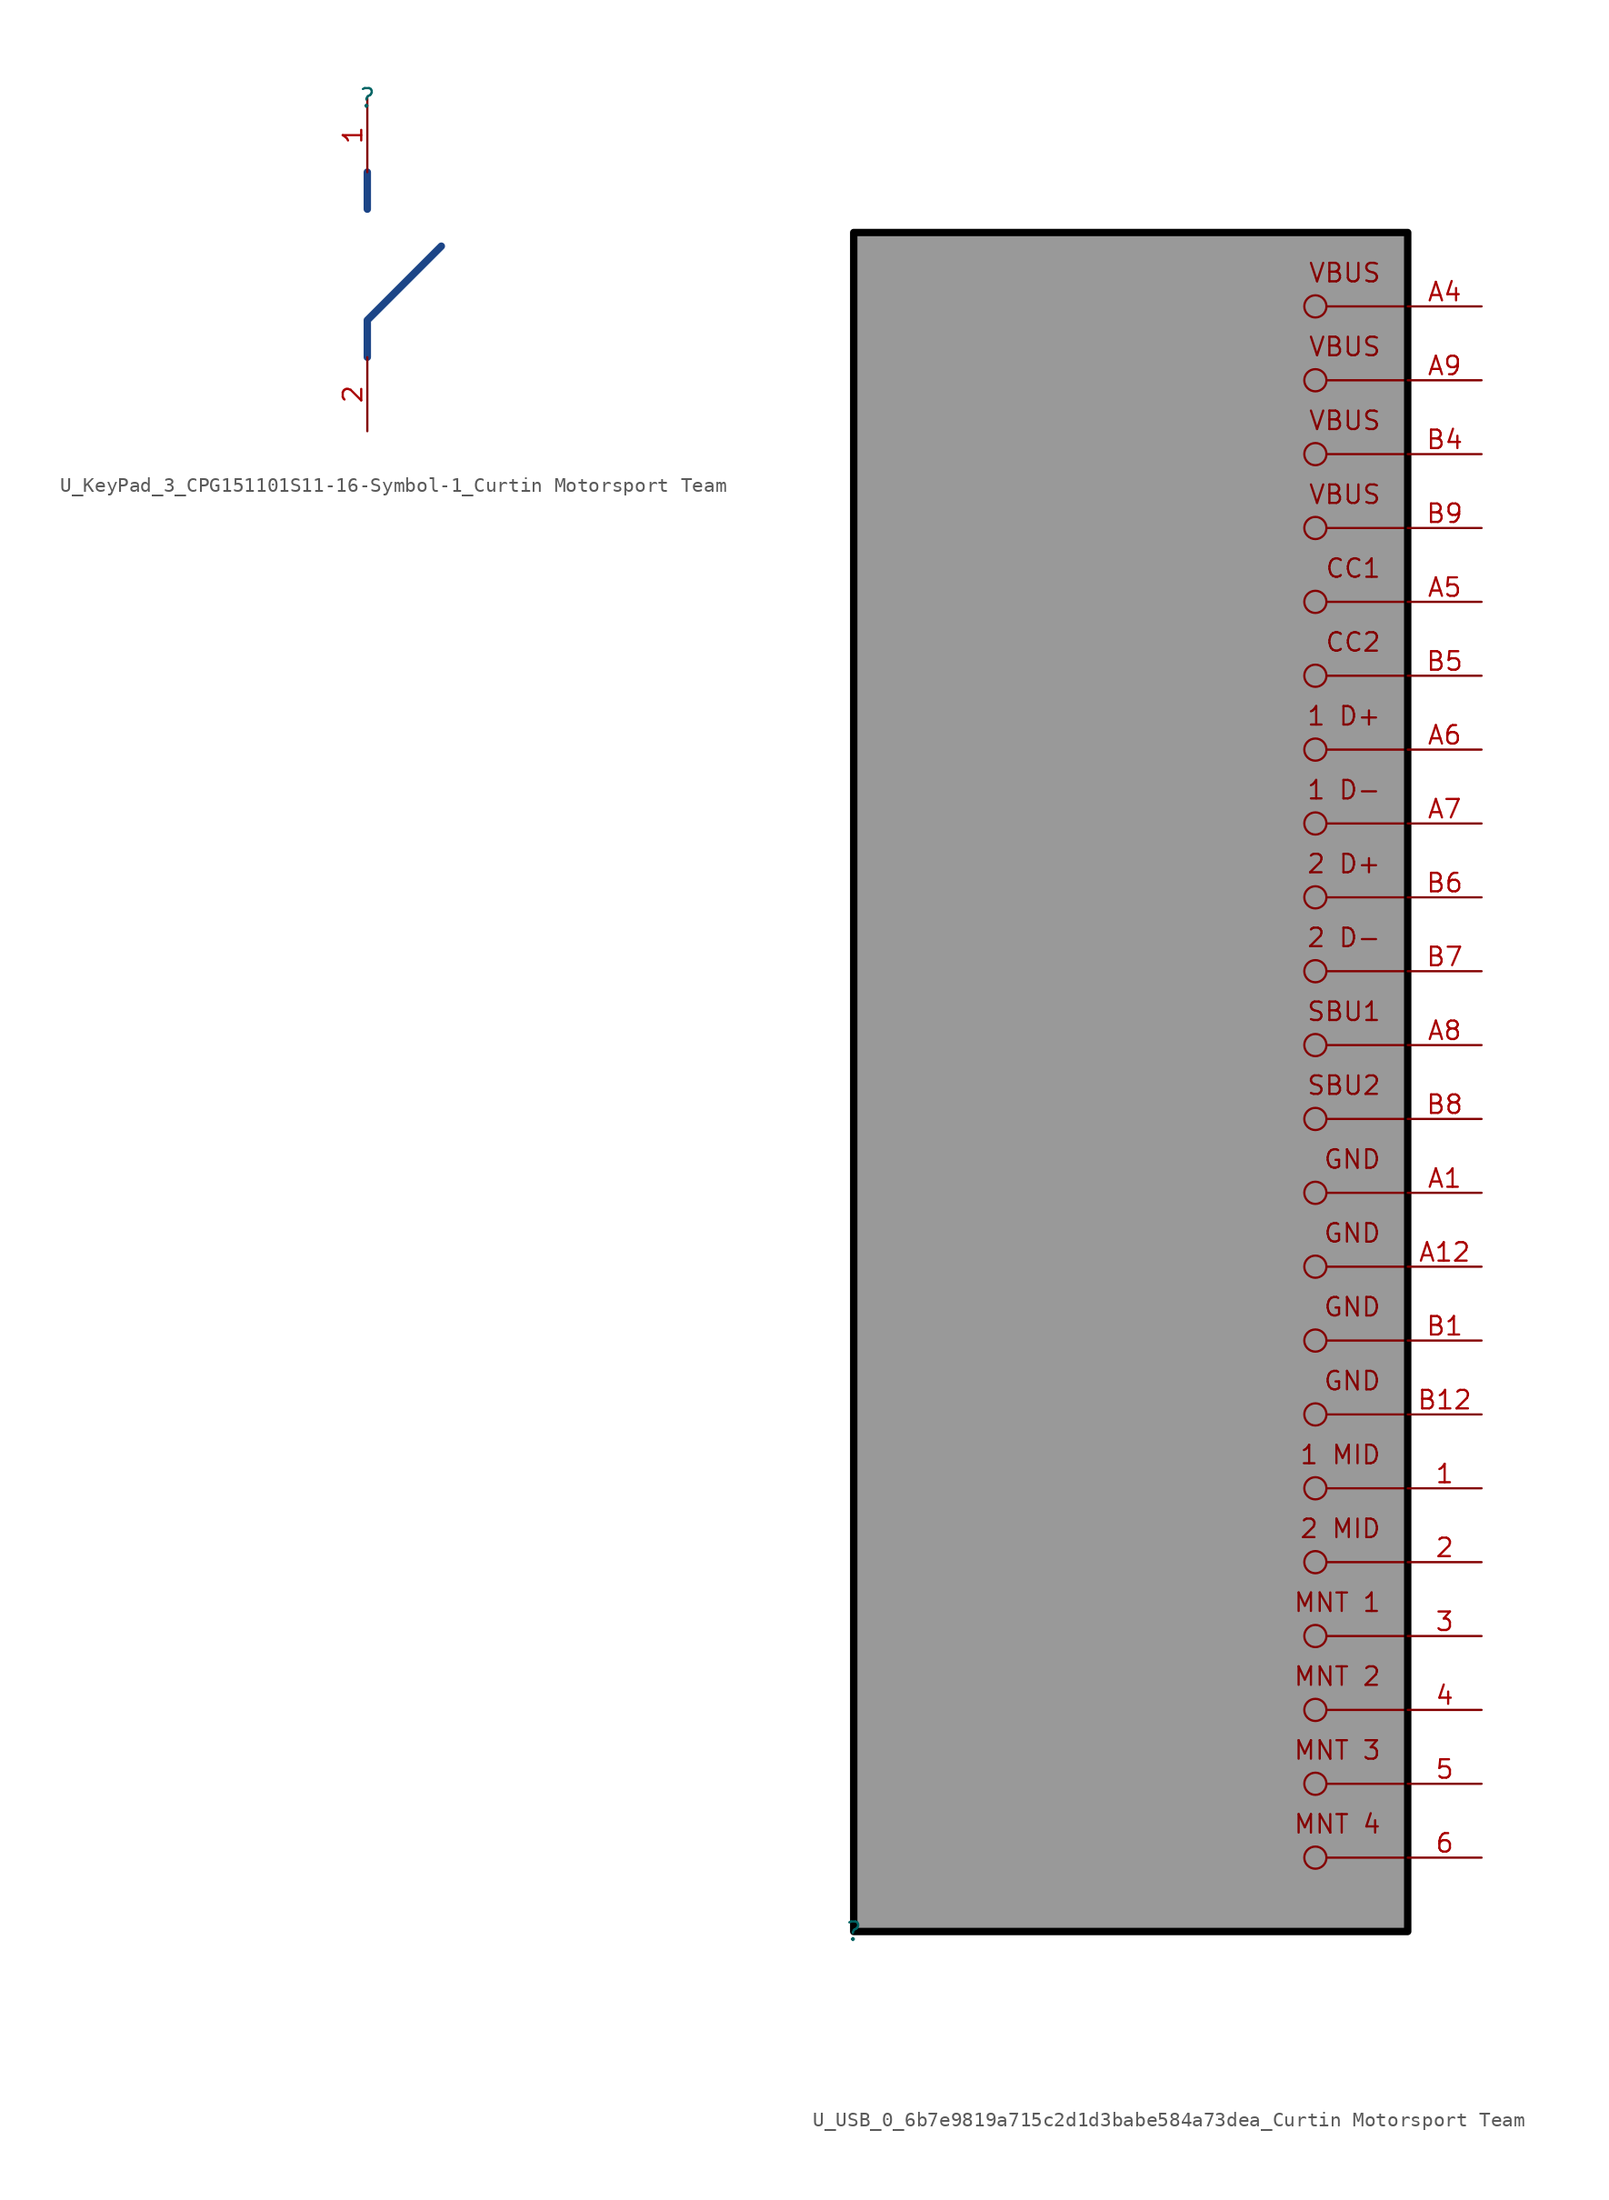
<source format=kicad_sym>
(kicad_symbol_lib
  (version 20241209)
  (generator "kicad_symbol_editor")
  (generator_version "9.0")
  (symbol "U_KeyPad_3_CPG151101S11-16-Symbol-1_Curtin Motorsport Team"
    (pin_names
      (hide yes))
    (property "Reference" ""
      (at 0 0 0)
      (effects (font (size 1.27 1.27))))
    (property "Value" ""
      (at 0 0 0)
      (effects (font (size 1.27 1.27))))
    (symbol "U_KeyPad_3_CPG151101S11-16-Symbol-1_Curtin Motorsport Team_1_0"
      (polyline (pts (xy 0 -5.08) (xy 0 -7.62)) (stroke (width 0.508) (type solid) (color 28 69 135 1)) (fill (type none)))
      (polyline (pts (xy 0 -17.78) (xy 0 -15.24) (xy 5.08 -10.16)) (stroke (width 0.508) (type solid) (color 28 69 135 1)) (fill (type none)))
      (pin passive line (at 0 0 270) (length 5.08) (name "1" (effects (font (size 1.27 1.27)))) (number "1" (effects (font (size 1.27 1.27)))))
      (pin passive line (at 0 -22.86 90) (length 5.08) (name "2" (effects (font (size 1.27 1.27)))) (number "2" (effects (font (size 1.27 1.27)))))))
  (symbol "U_USB_0_6b7e9819a715c2d1d3babe584a73dea_Curtin Motorsport Team"
    (pin_names
      (hide yes))
    (property "Reference" ""
      (at 0 0 0)
      (effects (font (size 1.27 1.27))))
    (property "Value" ""
      (at 0 0 0)
      (effects (font (size 1.27 1.27))))
    (symbol "U_USB_0_6b7e9819a715c2d1d3babe584a73dea_Curtin Motorsport Team_1_0"
      (circle (center 31.75 111.76) (radius 0.762) (stroke (width 0) (type solid)) (fill (type none)))
      (circle (center 31.75 106.68) (radius 0.762) (stroke (width 0) (type solid)) (fill (type none)))
      (circle (center 31.75 101.6) (radius 0.762) (stroke (width 0) (type solid)) (fill (type none)))
      (circle (center 31.75 96.52) (radius 0.762) (stroke (width 0) (type solid)) (fill (type none)))
      (circle (center 31.75 91.44) (radius 0.762) (stroke (width 0) (type solid)) (fill (type none)))
      (circle (center 31.75 86.36) (radius 0.762) (stroke (width 0) (type solid)) (fill (type none)))
      (circle (center 31.75 81.28) (radius 0.762) (stroke (width 0) (type solid)) (fill (type none)))
      (circle (center 31.75 76.2) (radius 0.762) (stroke (width 0) (type solid)) (fill (type none)))
      (circle (center 31.75 71.12) (radius 0.762) (stroke (width 0) (type solid)) (fill (type none)))
      (circle (center 31.75 66.04) (radius 0.762) (stroke (width 0) (type solid)) (fill (type none)))
      (circle (center 31.75 60.96) (radius 0.762) (stroke (width 0) (type solid)) (fill (type none)))
      (circle (center 31.75 55.88) (radius 0.762) (stroke (width 0) (type solid)) (fill (type none)))
      (circle (center 31.75 50.8) (radius 0.762) (stroke (width 0) (type solid)) (fill (type none)))
      (circle (center 31.75 45.72) (radius 0.762) (stroke (width 0) (type solid)) (fill (type none)))
      (circle (center 31.75 40.64) (radius 0.762) (stroke (width 0) (type solid)) (fill (type none)))
      (circle (center 31.75 35.56) (radius 0.762) (stroke (width 0) (type solid)) (fill (type none)))
      (circle (center 31.75 30.48) (radius 0.762) (stroke (width 0) (type solid)) (fill (type none)))
      (circle (center 31.75 25.4) (radius 0.762) (stroke (width 0) (type solid)) (fill (type none)))
      (circle (center 31.75 20.32) (radius 0.762) (stroke (width 0) (type solid)) (fill (type none)))
      (circle (center 31.75 15.24) (radius 0.762) (stroke (width 0) (type solid)) (fill (type none)))
      (circle (center 31.75 10.16) (radius 0.762) (stroke (width 0) (type solid)) (fill (type none)))
      (circle (center 31.75 5.08) (radius 0.762) (stroke (width 0) (type solid)) (fill (type none)))
      (polyline (pts (xy 32.512 111.76) (xy 38.1 111.76)) (stroke (width 0) (type solid)) (fill (type none)))
      (polyline (pts (xy 32.512 106.68) (xy 38.1 106.68)) (stroke (width 0) (type solid)) (fill (type none)))
      (polyline (pts (xy 32.512 101.6) (xy 38.1 101.6)) (stroke (width 0) (type solid)) (fill (type none)))
      (polyline (pts (xy 32.512 96.52) (xy 38.1 96.52)) (stroke (width 0) (type solid)) (fill (type none)))
      (polyline (pts (xy 32.512 91.44) (xy 38.1 91.44)) (stroke (width 0) (type solid)) (fill (type none)))
      (polyline (pts (xy 32.512 86.36) (xy 38.1 86.36)) (stroke (width 0) (type solid)) (fill (type none)))
      (polyline (pts (xy 32.512 81.28) (xy 38.1 81.28)) (stroke (width 0) (type solid)) (fill (type none)))
      (polyline (pts (xy 32.512 76.2) (xy 38.1 76.2)) (stroke (width 0) (type solid)) (fill (type none)))
      (polyline (pts (xy 32.512 71.12) (xy 38.1 71.12)) (stroke (width 0) (type solid)) (fill (type none)))
      (polyline (pts (xy 32.512 66.04) (xy 38.1 66.04)) (stroke (width 0) (type solid)) (fill (type none)))
      (polyline (pts (xy 32.512 60.96) (xy 38.1 60.96)) (stroke (width 0) (type solid)) (fill (type none)))
      (polyline (pts (xy 32.512 55.88) (xy 38.1 55.88)) (stroke (width 0) (type solid)) (fill (type none)))
      (polyline (pts (xy 32.512 50.8) (xy 38.1 50.8)) (stroke (width 0) (type solid)) (fill (type none)))
      (polyline (pts (xy 32.512 45.72) (xy 38.1 45.72)) (stroke (width 0) (type solid)) (fill (type none)))
      (polyline (pts (xy 32.512 40.64) (xy 38.1 40.64)) (stroke (width 0) (type solid)) (fill (type none)))
      (polyline (pts (xy 32.512 35.56) (xy 38.1 35.56)) (stroke (width 0) (type solid)) (fill (type none)))
      (polyline (pts (xy 32.512 30.48) (xy 38.1 30.48)) (stroke (width 0) (type solid)) (fill (type none)))
      (polyline (pts (xy 32.512 25.4) (xy 38.1 25.4)) (stroke (width 0) (type solid)) (fill (type none)))
      (polyline (pts (xy 32.512 20.32) (xy 38.1 20.32)) (stroke (width 0) (type solid)) (fill (type none)))
      (polyline (pts (xy 32.512 15.24) (xy 38.1 15.24)) (stroke (width 0) (type solid)) (fill (type none)))
      (polyline (pts (xy 32.512 10.16) (xy 38.1 10.16)) (stroke (width 0) (type solid)) (fill (type none)))
      (polyline (pts (xy 32.512 5.08) (xy 38.1 5.08)) (stroke (width 0) (type solid)) (fill (type none)))
      (rectangle (start 38.1 116.84) (end 0 0) (stroke (width 0.508) (type solid) (color 0 0 0 1)) (fill (type color) (color 153 153 153 1)))
      (text "VBUS" (at 36.322 114.808 0) (effects (font (size 1.27 1.27)) (justify right top)))
      (text "VBUS" (at 36.322 109.728 0) (effects (font (size 1.27 1.27)) (justify right top)))
      (text "VBUS" (at 36.322 104.648 0) (effects (font (size 1.27 1.27)) (justify right top)))
      (text "VBUS" (at 36.322 99.568 0) (effects (font (size 1.27 1.27)) (justify right top)))
      (text "CC1" (at 36.322 94.488 0) (effects (font (size 1.27 1.27)) (justify right top)))
      (text "CC2" (at 36.322 89.408 0) (effects (font (size 1.27 1.27)) (justify right top)))
      (text "1 D+" (at 36.322 84.328 0) (effects (font (size 1.27 1.27)) (justify right top)))
      (text "1 D-" (at 36.322 79.248 0) (effects (font (size 1.27 1.27)) (justify right top)))
      (text "2 D+" (at 36.322 74.168 0) (effects (font (size 1.27 1.27)) (justify right top)))
      (text "2 D-" (at 36.322 69.088 0) (effects (font (size 1.27 1.27)) (justify right top)))
      (text "SBU1" (at 36.322 64.008 0) (effects (font (size 1.27 1.27)) (justify right top)))
      (text "SBU2" (at 36.322 58.928 0) (effects (font (size 1.27 1.27)) (justify right top)))
      (text "GND" (at 36.322 53.848 0) (effects (font (size 1.27 1.27)) (justify right top)))
      (text "GND" (at 36.322 48.768 0) (effects (font (size 1.27 1.27)) (justify right top)))
      (text "GND" (at 36.322 43.688 0) (effects (font (size 1.27 1.27)) (justify right top)))
      (text "GND" (at 36.322 38.608 0) (effects (font (size 1.27 1.27)) (justify right top)))
      (text "1 MID" (at 36.322 33.528 0) (effects (font (size 1.27 1.27)) (justify right top)))
      (text "2 MID" (at 36.322 28.448 0) (effects (font (size 1.27 1.27)) (justify right top)))
      (text "MNT 1" (at 36.322 23.368 0) (effects (font (size 1.27 1.27)) (justify right top)))
      (text "MNT 2" (at 36.322 18.288 0) (effects (font (size 1.27 1.27)) (justify right top)))
      (text "MNT 3" (at 36.322 13.208 0) (effects (font (size 1.27 1.27)) (justify right top)))
      (text "MNT 4" (at 36.322 8.128 0) (effects (font (size 1.27 1.27)) (justify right top)))
      (pin power_in line (at 43.18 111.76 180) (length 5.08) (name "VBUS" (effects (font (size 1.27 1.27)))) (number "A4" (effects (font (size 1.27 1.27)))))
      (pin power_in line (at 43.18 106.68 180) (length 5.08) (name "VBUS" (effects (font (size 1.27 1.27)))) (number "A9" (effects (font (size 1.27 1.27)))))
      (pin power_in line (at 43.18 101.6 180) (length 5.08) (name "VBUS" (effects (font (size 1.27 1.27)))) (number "B4" (effects (font (size 1.27 1.27)))))
      (pin power_in line (at 43.18 96.52 180) (length 5.08) (name "VBUS" (effects (font (size 1.27 1.27)))) (number "B9" (effects (font (size 1.27 1.27)))))
      (pin passive line (at 43.18 91.44 180) (length 5.08) (name "CC1" (effects (font (size 1.27 1.27)))) (number "A5" (effects (font (size 1.27 1.27)))))
      (pin passive line (at 43.18 86.36 180) (length 5.08) (name "CC2" (effects (font (size 1.27 1.27)))) (number "B5" (effects (font (size 1.27 1.27)))))
      (pin bidirectional line (at 43.18 81.28 180) (length 5.08) (name "1_D+" (effects (font (size 1.27 1.27)))) (number "A6" (effects (font (size 1.27 1.27)))))
      (pin bidirectional line (at 43.18 76.2 180) (length 5.08) (name "1_D-" (effects (font (size 1.27 1.27)))) (number "A7" (effects (font (size 1.27 1.27)))))
      (pin bidirectional line (at 43.18 71.12 180) (length 5.08) (name "2_D+" (effects (font (size 1.27 1.27)))) (number "B6" (effects (font (size 1.27 1.27)))))
      (pin bidirectional line (at 43.18 66.04 180) (length 5.08) (name "2_D-" (effects (font (size 1.27 1.27)))) (number "B7" (effects (font (size 1.27 1.27)))))
      (pin passive line (at 43.18 60.96 180) (length 5.08) (name "SBU1" (effects (font (size 1.27 1.27)))) (number "A8" (effects (font (size 1.27 1.27)))))
      (pin passive line (at 43.18 55.88 180) (length 5.08) (name "SBU2" (effects (font (size 1.27 1.27)))) (number "B8" (effects (font (size 1.27 1.27)))))
      (pin power_in line (at 43.18 50.8 180) (length 5.08) (name "GND" (effects (font (size 1.27 1.27)))) (number "A1" (effects (font (size 1.27 1.27)))))
      (pin power_in line (at 43.18 45.72 180) (length 5.08) (name "GND" (effects (font (size 1.27 1.27)))) (number "A12" (effects (font (size 1.27 1.27)))))
      (pin power_in line (at 43.18 40.64 180) (length 5.08) (name "GND" (effects (font (size 1.27 1.27)))) (number "B1" (effects (font (size 1.27 1.27)))))
      (pin power_in line (at 43.18 35.56 180) (length 5.08) (name "GND" (effects (font (size 1.27 1.27)))) (number "B12" (effects (font (size 1.27 1.27)))))
      (pin passive line (at 43.18 30.48 180) (length 5.08) (name "1_MID" (effects (font (size 1.27 1.27)))) (number "1" (effects (font (size 1.27 1.27)))))
      (pin passive line (at 43.18 25.4 180) (length 5.08) (name "2_MID" (effects (font (size 1.27 1.27)))) (number "2" (effects (font (size 1.27 1.27)))))
      (pin passive line (at 43.18 20.32 180) (length 5.08) (name "MNT_1" (effects (font (size 1.27 1.27)))) (number "3" (effects (font (size 1.27 1.27)))))
      (pin passive line (at 43.18 15.24 180) (length 5.08) (name "MNT_2" (effects (font (size 1.27 1.27)))) (number "4" (effects (font (size 1.27 1.27)))))
      (pin passive line (at 43.18 10.16 180) (length 5.08) (name "MNT_3" (effects (font (size 1.27 1.27)))) (number "5" (effects (font (size 1.27 1.27)))))
      (pin passive line (at 43.18 5.08 180) (length 5.08) (name "MNT_4" (effects (font (size 1.27 1.27)))) (number "6" (effects (font (size 1.27 1.27))))))))
</source>
